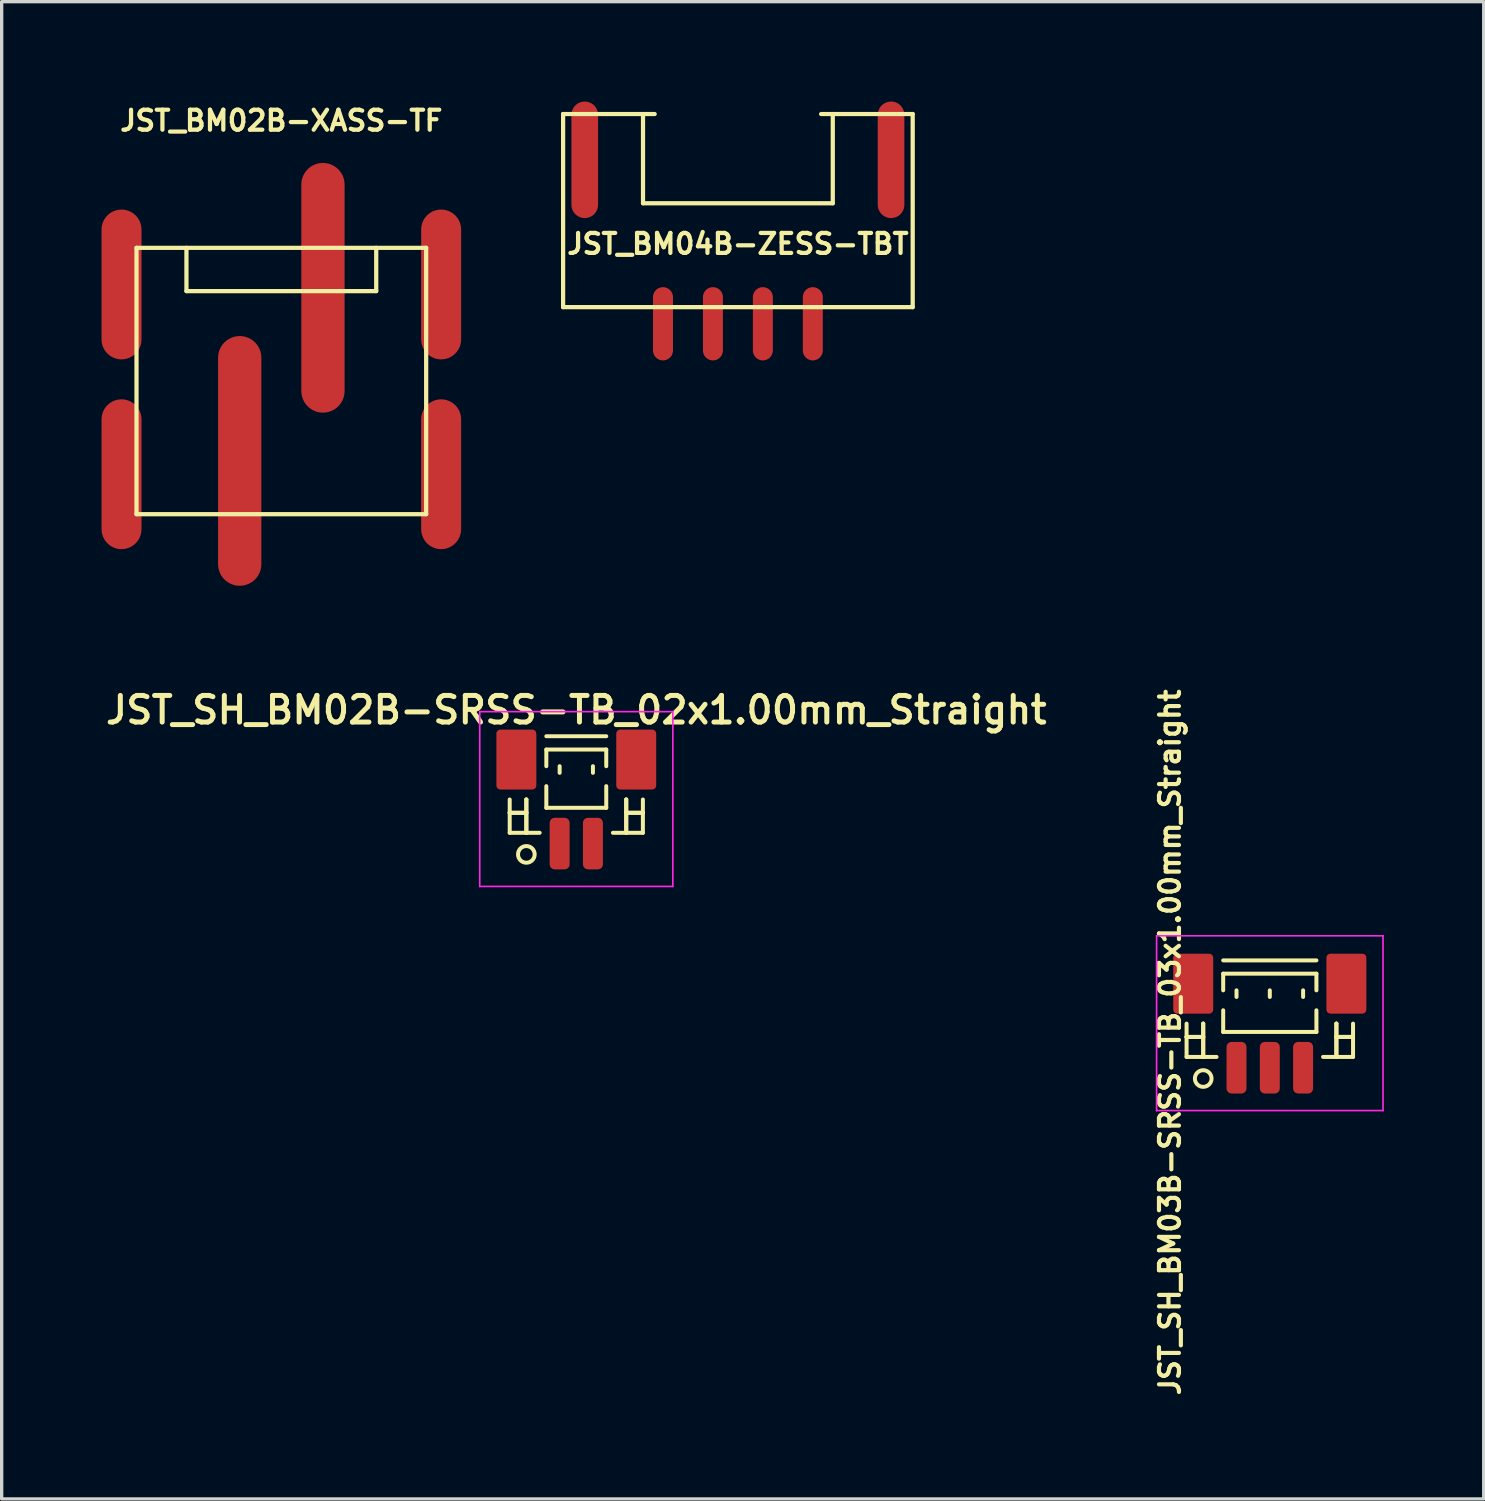
<source format=kicad_pcb>
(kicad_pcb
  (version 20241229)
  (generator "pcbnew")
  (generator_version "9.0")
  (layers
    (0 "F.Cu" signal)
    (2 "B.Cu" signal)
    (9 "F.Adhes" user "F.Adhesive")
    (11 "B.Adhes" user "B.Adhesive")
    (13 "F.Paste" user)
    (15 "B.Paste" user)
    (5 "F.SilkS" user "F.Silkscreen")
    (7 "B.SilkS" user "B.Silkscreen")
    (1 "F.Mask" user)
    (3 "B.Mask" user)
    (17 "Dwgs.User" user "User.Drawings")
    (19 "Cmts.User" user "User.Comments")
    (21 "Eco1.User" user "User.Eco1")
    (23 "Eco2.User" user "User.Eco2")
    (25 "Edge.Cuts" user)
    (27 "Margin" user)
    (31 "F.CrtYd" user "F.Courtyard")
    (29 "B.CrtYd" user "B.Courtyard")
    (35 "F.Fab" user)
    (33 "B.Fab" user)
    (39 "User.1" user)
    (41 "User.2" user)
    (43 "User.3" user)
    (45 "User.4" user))
  (footprint "JST_SH_BM03B-SRSS-TB_03x1.00mm_Straight"
    (layer "F.Cu")
    (at 35.089 27.757)
    (property "Reference" "JST_SH_BM03B-SRSS-TB_03x1.00mm_Straight" (at -3 0.5 90) (layer "F.SilkS") (effects (font (size 0.6 0.6) (thickness 0.125))))
    (attr smd)
    (fp_line (start -2.5 -0.062) (end -2.5 0.938) (stroke (width 0.12) (type solid)) (layer "F.SilkS"))
    (fp_line (start -2.5 0.338) (end -2.5 0.338) (stroke (width 0.12) (type solid)) (layer "F.SilkS"))
    (fp_line (start -2.5 0.338) (end -2 0.338) (stroke (width 0.12) (type solid)) (layer "F.SilkS"))
    (fp_line (start -2.5 0.938) (end -1.6 0.938) (stroke (width 0.12) (type solid)) (layer "F.SilkS"))
    (fp_line (start -2 -0.062) (end -2 -0.062) (stroke (width 0.12) (type solid)) (layer "F.SilkS"))
    (fp_line (start -2 -0.062) (end -2 0.938) (stroke (width 0.12) (type solid)) (layer "F.SilkS"))
    (fp_line (start -2 0.338) (end -2.5 0.338) (stroke (width 0.12) (type solid)) (layer "F.SilkS"))
    (fp_line (start -2 0.338) (end -2 0.338) (stroke (width 0.12) (type solid)) (layer "F.SilkS"))
    (fp_line (start -2 0.938) (end -2 -0.062) (stroke (width 0.12) (type solid)) (layer "F.SilkS"))
    (fp_line (start -2 0.938) (end -2 0.938) (stroke (width 0.12) (type solid)) (layer "F.SilkS"))
    (fp_line (start -1.4 -1.962) (end 1.4 -1.962) (stroke (width 0.12) (type solid)) (layer "F.SilkS"))
    (fp_line (start -1.4 -1.562) (end 1.4 -1.562) (stroke (width 0.12) (type solid)) (layer "F.SilkS"))
    (fp_line (start -1.4 -1.062) (end -1.4 -1.562) (stroke (width 0.12) (type solid)) (layer "F.SilkS"))
    (fp_line (start -1.4 -0.463) (end -1.4 0.188) (stroke (width 0.12) (type solid)) (layer "F.SilkS"))
    (fp_line (start -1.4 0.188) (end 1.4 0.188) (stroke (width 0.12) (type solid)) (layer "F.SilkS"))
    (fp_line (start -1 -1.062) (end -1 -0.863) (stroke (width 0.12) (type solid)) (layer "F.SilkS"))
    (fp_line (start 0 -1.062) (end 0 -0.863) (stroke (width 0.12) (type solid)) (layer "F.SilkS"))
    (fp_line (start 1 -1.062) (end 1 -0.863) (stroke (width 0.12) (type solid)) (layer "F.SilkS"))
    (fp_line (start 1.4 -1.562) (end 1.4 -1.062) (stroke (width 0.12) (type solid)) (layer "F.SilkS"))
    (fp_line (start 1.4 0.188) (end 1.4 -0.463) (stroke (width 0.12) (type solid)) (layer "F.SilkS"))
    (fp_line (start 2 -0.062) (end 2 -0.062) (stroke (width 0.12) (type solid)) (layer "F.SilkS"))
    (fp_line (start 2 -0.062) (end 2 0.938) (stroke (width 0.12) (type solid)) (layer "F.SilkS"))
    (fp_line (start 2 0.338) (end 2 0.338) (stroke (width 0.12) (type solid)) (layer "F.SilkS"))
    (fp_line (start 2 0.338) (end 2.5 0.338) (stroke (width 0.12) (type solid)) (layer "F.SilkS"))
    (fp_line (start 2 0.938) (end 2 -0.062) (stroke (width 0.12) (type solid)) (layer "F.SilkS"))
    (fp_line (start 2 0.938) (end 2 0.938) (stroke (width 0.12) (type solid)) (layer "F.SilkS"))
    (fp_line (start 2.5 -0.062) (end 2.5 0.938) (stroke (width 0.12) (type solid)) (layer "F.SilkS"))
    (fp_line (start 2.5 0.338) (end 2 0.338) (stroke (width 0.12) (type solid)) (layer "F.SilkS"))
    (fp_line (start 2.5 0.338) (end 2.5 0.338) (stroke (width 0.12) (type solid)) (layer "F.SilkS"))
    (fp_line (start 2.5 0.938) (end 1.6 0.938) (stroke (width 0.12) (type solid)) (layer "F.SilkS"))
    (fp_circle (center -2 1.587) (end -1.75 1.587) (stroke (width 0.12) (type solid)) (fill no) (layer "F.SilkS"))
    (fp_line (start -3.4 -2.7) (end 3.4 -2.7) (stroke (width 0.05) (type solid)) (layer "F.CrtYd"))
    (fp_line (start -3.4 2.55) (end -3.4 -2.7) (stroke (width 0.05) (type solid)) (layer "F.CrtYd"))
    (fp_line (start 3.4 -2.7) (end 3.4 2.55) (stroke (width 0.05) (type solid)) (layer "F.CrtYd"))
    (fp_line (start 3.4 2.55) (end -3.4 2.55) (stroke (width 0.05) (type solid)) (layer "F.CrtYd"))
    (pad "1" smd roundrect (at -1 1.262) (size 0.6 1.55) (layers "F.Cu" "F.Mask" "F.Paste") (roundrect_rratio 0.25))
    (pad "2" smd roundrect (at 0 1.262) (size 0.6 1.55) (layers "F.Cu" "F.Mask" "F.Paste") (roundrect_rratio 0.25))
    (pad "3" smd roundrect (at 1 1.262) (size 0.6 1.55) (layers "F.Cu" "F.Mask" "F.Paste") (roundrect_rratio 0.25))
    (pad "4" smd roundrect (at -2.3 -1.262) (size 1.2 1.8) (layers "F.Cu" "F.Mask" "F.Paste") (roundrect_rratio 0.1))
    (pad "4" smd roundrect (at 2.3 -1.262) (size 1.2 1.8) (layers "F.Cu" "F.Mask" "F.Paste") (roundrect_rratio 0.1)))
  (footprint "JST_BM04B-ZESS-TBT"
    (layer "F.Cu")
    (at 19.113 3.175)
    (property "Reference" "JST_BM04B-ZESS-TBT" (at 0 1.1 0) (layer "F.SilkS") (effects (font (size 0.6 0.6) (thickness 0.127))))
    (attr smd)
    (fp_line (start -5.25 -2.8) (end -2.5 -2.8) (stroke (width 0.127) (type solid)) (layer "F.SilkS"))
    (fp_line (start -5.25 3) (end -5.25 -2.8) (stroke (width 0.127) (type solid)) (layer "F.SilkS"))
    (fp_line (start -5.25 3) (end 5.25 3) (stroke (width 0.127) (type solid)) (layer "F.SilkS"))
    (fp_line (start -2.85 -2.8) (end -2.85 -0.12) (stroke (width 0.127) (type solid)) (layer "F.SilkS"))
    (fp_line (start -2.85 -0.12) (end 2.85 -0.12) (stroke (width 0.127) (type solid)) (layer "F.SilkS"))
    (fp_line (start 2.5 -2.8) (end 5.25 -2.8) (stroke (width 0.127) (type solid)) (layer "F.SilkS"))
    (fp_line (start 2.85 -2.8) (end 2.85 -0.12) (stroke (width 0.127) (type solid)) (layer "F.SilkS"))
    (fp_line (start 5.25 3) (end 5.25 -2.8) (stroke (width 0.127) (type solid)) (layer "F.SilkS"))
    (pad "1" smd oval (at -2.25 3.5) (size 0.6 2.2) (layers "F.Cu" "F.Mask" "F.Paste"))
    (pad "2" smd oval (at -0.75 3.5) (size 0.6 2.2) (layers "F.Cu" "F.Mask" "F.Paste"))
    (pad "3" smd oval (at 0.75 3.5) (size 0.6 2.2) (layers "F.Cu" "F.Mask" "F.Paste"))
    (pad "4" smd oval (at 2.25 3.5) (size 0.6 2.2) (layers "F.Cu" "F.Mask" "F.Paste"))
    (pad "5" smd oval (at -4.6 -1.425) (size 0.8 3.5) (layers "F.Cu" "F.Mask" "F.Paste"))
    (pad "5" smd oval (at 4.6 -1.425) (size 0.8 3.5) (layers "F.Cu" "F.Mask" "F.Paste")))
  (footprint "JST_BM02B-XASS-TF"
    (layer "F.Cu")
    (at 5.4 8.194)
    (property "Reference" "JST_BM02B-XASS-TF" (at 0 -7.62 0) (layer "F.SilkS") (effects (font (size 0.6 0.6) (thickness 0.127))))
    (attr smd)
    (fp_line (start -4.35 -3.8) (end -4.35 4.2) (stroke (width 0.127) (type solid)) (layer "F.SilkS"))
    (fp_line (start -4.35 -3.8) (end 4.35 -3.8) (stroke (width 0.127) (type solid)) (layer "F.SilkS"))
    (fp_line (start -4.35 4.2) (end 4.35 4.2) (stroke (width 0.127) (type solid)) (layer "F.SilkS"))
    (fp_line (start -2.85 -2.5) (end -2.85 -3.8) (stroke (width 0.127) (type solid)) (layer "F.SilkS"))
    (fp_line (start -2.85 -2.5) (end 2.85 -2.5) (stroke (width 0.127) (type solid)) (layer "F.SilkS"))
    (fp_line (start 2.85 -2.5) (end 2.85 -3.8) (stroke (width 0.127) (type solid)) (layer "F.SilkS"))
    (fp_line (start 4.35 -3.8) (end 4.35 4.2) (stroke (width 0.127) (type solid)) (layer "F.SilkS"))
    (pad "1" smd oval (at -1.25 2.6) (size 1.3 7.5) (layers "F.Cu" "F.Mask" "F.Paste"))
    (pad "2" smd oval (at 1.25 -2.6) (size 1.3 7.5) (layers "F.Cu" "F.Mask" "F.Paste"))
    (pad "3" smd oval (at -4.8 -2.7) (size 1.2 4.5) (layers "F.Cu" "F.Mask" "F.Paste"))
    (pad "3" smd oval (at -4.8 3) (size 1.2 4.5) (layers "F.Cu" "F.Mask" "F.Paste"))
    (pad "3" smd oval (at 4.8 -2.7) (size 1.2 4.5) (layers "F.Cu" "F.Mask" "F.Paste"))
    (pad "3" smd oval (at 4.8 3) (size 1.2 4.5) (layers "F.Cu" "F.Mask" "F.Paste")))
  (footprint "JST_SH_BM02B-SRSS-TB_02x1.00mm_Straight"
    (layer "F.Cu")
    (at 14.259 21.025)
    (property "Reference" "JST_SH_BM02B-SRSS-TB_02x1.00mm_Straight" (at 0 -2.75 0) (layer "F.SilkS") (effects (font (size 0.8 0.8) (thickness 0.15))))
    (attr smd)
    (fp_line (start -2 -0.062) (end -2 0.938) (stroke (width 0.12) (type solid)) (layer "F.SilkS"))
    (fp_line (start -2 0.338) (end -2 0.338) (stroke (width 0.12) (type solid)) (layer "F.SilkS"))
    (fp_line (start -2 0.338) (end -1.5 0.338) (stroke (width 0.12) (type solid)) (layer "F.SilkS"))
    (fp_line (start -2 0.938) (end -1.1 0.938) (stroke (width 0.12) (type solid)) (layer "F.SilkS"))
    (fp_line (start -1.5 -0.062) (end -1.5 -0.062) (stroke (width 0.12) (type solid)) (layer "F.SilkS"))
    (fp_line (start -1.5 -0.062) (end -1.5 0.938) (stroke (width 0.12) (type solid)) (layer "F.SilkS"))
    (fp_line (start -1.5 0.338) (end -2 0.338) (stroke (width 0.12) (type solid)) (layer "F.SilkS"))
    (fp_line (start -1.5 0.338) (end -1.5 0.338) (stroke (width 0.12) (type solid)) (layer "F.SilkS"))
    (fp_line (start -1.5 0.938) (end -1.5 -0.062) (stroke (width 0.12) (type solid)) (layer "F.SilkS"))
    (fp_line (start -1.5 0.938) (end -1.5 0.938) (stroke (width 0.12) (type solid)) (layer "F.SilkS"))
    (fp_line (start -0.9 -1.962) (end 0.9 -1.962) (stroke (width 0.12) (type solid)) (layer "F.SilkS"))
    (fp_line (start -0.9 -1.562) (end 0.9 -1.562) (stroke (width 0.12) (type solid)) (layer "F.SilkS"))
    (fp_line (start -0.9 -1.062) (end -0.9 -1.562) (stroke (width 0.12) (type solid)) (layer "F.SilkS"))
    (fp_line (start -0.9 -0.463) (end -0.9 0.188) (stroke (width 0.12) (type solid)) (layer "F.SilkS"))
    (fp_line (start -0.9 0.188) (end 0.9 0.188) (stroke (width 0.12) (type solid)) (layer "F.SilkS"))
    (fp_line (start -0.5 -1.062) (end -0.5 -0.863) (stroke (width 0.12) (type solid)) (layer "F.SilkS"))
    (fp_line (start 0.5 -1.062) (end 0.5 -0.863) (stroke (width 0.12) (type solid)) (layer "F.SilkS"))
    (fp_line (start 0.9 -1.562) (end 0.9 -1.062) (stroke (width 0.12) (type solid)) (layer "F.SilkS"))
    (fp_line (start 0.9 0.188) (end 0.9 -0.463) (stroke (width 0.12) (type solid)) (layer "F.SilkS"))
    (fp_line (start 1.5 -0.062) (end 1.5 -0.062) (stroke (width 0.12) (type solid)) (layer "F.SilkS"))
    (fp_line (start 1.5 -0.062) (end 1.5 0.938) (stroke (width 0.12) (type solid)) (layer "F.SilkS"))
    (fp_line (start 1.5 0.338) (end 1.5 0.338) (stroke (width 0.12) (type solid)) (layer "F.SilkS"))
    (fp_line (start 1.5 0.338) (end 2 0.338) (stroke (width 0.12) (type solid)) (layer "F.SilkS"))
    (fp_line (start 1.5 0.938) (end 1.5 -0.062) (stroke (width 0.12) (type solid)) (layer "F.SilkS"))
    (fp_line (start 1.5 0.938) (end 1.5 0.938) (stroke (width 0.12) (type solid)) (layer "F.SilkS"))
    (fp_line (start 2 -0.062) (end 2 0.938) (stroke (width 0.12) (type solid)) (layer "F.SilkS"))
    (fp_line (start 2 0.338) (end 1.5 0.338) (stroke (width 0.12) (type solid)) (layer "F.SilkS"))
    (fp_line (start 2 0.338) (end 2 0.338) (stroke (width 0.12) (type solid)) (layer "F.SilkS"))
    (fp_line (start 2 0.938) (end 1.1 0.938) (stroke (width 0.12) (type solid)) (layer "F.SilkS"))
    (fp_circle (center -1.5 1.587) (end -1.25 1.587) (stroke (width 0.12) (type solid)) (fill no) (layer "F.SilkS"))
    (fp_line (start -2.9 -2.7) (end 2.9 -2.7) (stroke (width 0.05) (type solid)) (layer "F.CrtYd"))
    (fp_line (start -2.9 2.55) (end -2.9 -2.7) (stroke (width 0.05) (type solid)) (layer "F.CrtYd"))
    (fp_line (start 2.9 -2.7) (end 2.9 2.55) (stroke (width 0.05) (type solid)) (layer "F.CrtYd"))
    (fp_line (start 2.9 2.55) (end -2.9 2.55) (stroke (width 0.05) (type solid)) (layer "F.CrtYd"))
    (pad "1" smd roundrect (at -0.5 1.262) (size 0.6 1.55) (layers "F.Cu" "F.Mask" "F.Paste") (roundrect_rratio 0.25))
    (pad "2" smd roundrect (at 0.5 1.262) (size 0.6 1.55) (layers "F.Cu" "F.Mask" "F.Paste") (roundrect_rratio 0.25))
    (pad "3" smd roundrect (at -1.8 -1.262) (size 1.2 1.8) (layers "F.Cu" "F.Mask" "F.Paste") (roundrect_rratio 0.1))
    (pad "3" smd roundrect (at 1.8 -1.262) (size 1.2 1.8) (layers "F.Cu" "F.Mask" "F.Paste") (roundrect_rratio 0.1)))
  (gr_rect
    (start -3 -3)
    (end 41.514 41.97)
    (stroke (width 0.1) (type default))
    (fill no)
    (layer "Edge.Cuts")))
</source>
